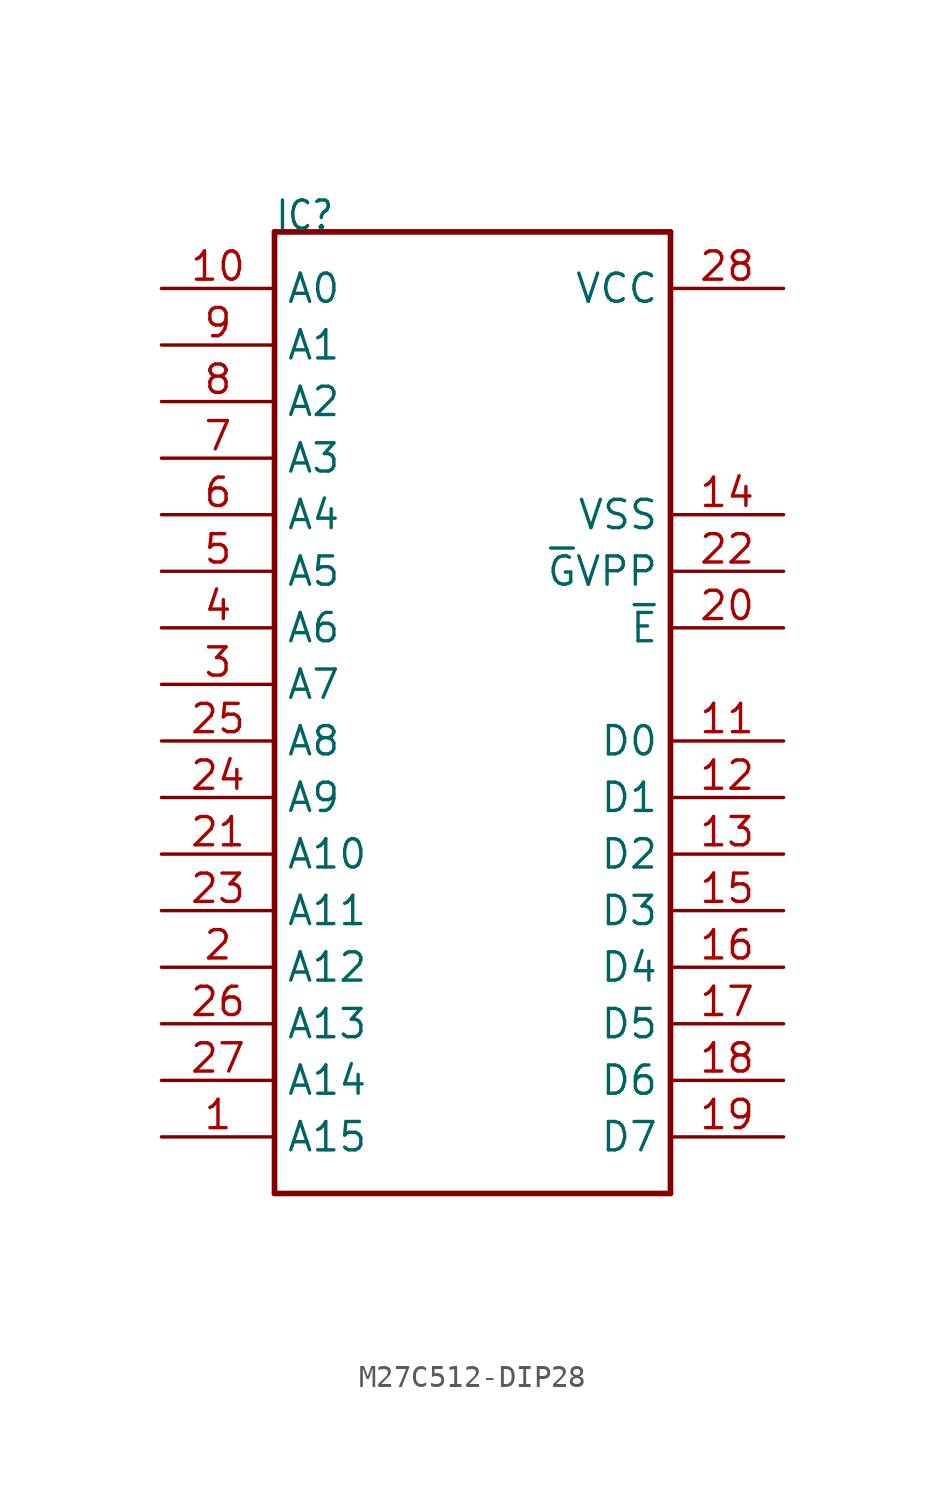
<source format=kicad_sym>
(kicad_symbol_lib
  (version 20220914)
  (generator kicad_symbol_editor)
  (symbol "M27C512-DIP28"
    (property "Reference" "IC"
      (at -10.16 22.86 0)
      (effects (font (size 1.27 1.079)) (justify left bottom)))
    (property "Value" ""
      (at -10.16 -22.86 0)
      (effects (font (size 1.27 1.079)) (justify left bottom)))
    (property "ki_locked" ""
      (at 0 0 0)
      (effects (font (size 1.27 1.27))))
    (symbol "M27C512-DIP28_1_0"
      (polyline (pts (xy -10.16 -20.32) (xy -10.16 22.86)) (stroke (width 0.254) (type solid)) (fill (type none)))
      (polyline (pts (xy -10.16 22.86) (xy 7.62 22.86)) (stroke (width 0.254) (type solid)) (fill (type none)))
      (polyline (pts (xy 7.62 -20.32) (xy -10.16 -20.32)) (stroke (width 0.254) (type solid)) (fill (type none)))
      (polyline (pts (xy 7.62 22.86) (xy 7.62 -20.32)) (stroke (width 0.254) (type solid)) (fill (type none)))
      (pin input line (at -15.24 -17.78 0) (length 5.08) (name "A15" (effects (font (size 1.27 1.27)))) (number "1" (effects (font (size 1.27 1.27)))))
      (pin input line (at -15.24 20.32 0) (length 5.08) (name "A0" (effects (font (size 1.27 1.27)))) (number "10" (effects (font (size 1.27 1.27)))))
      (pin bidirectional line (at 12.7 0 180) (length 5.08) (name "D0" (effects (font (size 1.27 1.27)))) (number "11" (effects (font (size 1.27 1.27)))))
      (pin bidirectional line (at 12.7 -2.54 180) (length 5.08) (name "D1" (effects (font (size 1.27 1.27)))) (number "12" (effects (font (size 1.27 1.27)))))
      (pin bidirectional line (at 12.7 -5.08 180) (length 5.08) (name "D2" (effects (font (size 1.27 1.27)))) (number "13" (effects (font (size 1.27 1.27)))))
      (pin power_in line (at 12.7 10.16 180) (length 5.08) (name "VSS" (effects (font (size 1.27 1.27)))) (number "14" (effects (font (size 1.27 1.27)))))
      (pin bidirectional line (at 12.7 -7.62 180) (length 5.08) (name "D3" (effects (font (size 1.27 1.27)))) (number "15" (effects (font (size 1.27 1.27)))))
      (pin bidirectional line (at 12.7 -10.16 180) (length 5.08) (name "D4" (effects (font (size 1.27 1.27)))) (number "16" (effects (font (size 1.27 1.27)))))
      (pin bidirectional line (at 12.7 -12.7 180) (length 5.08) (name "D5" (effects (font (size 1.27 1.27)))) (number "17" (effects (font (size 1.27 1.27)))))
      (pin bidirectional line (at 12.7 -15.24 180) (length 5.08) (name "D6" (effects (font (size 1.27 1.27)))) (number "18" (effects (font (size 1.27 1.27)))))
      (pin bidirectional line (at 12.7 -17.78 180) (length 5.08) (name "D7" (effects (font (size 1.27 1.27)))) (number "19" (effects (font (size 1.27 1.27)))))
      (pin input line (at -15.24 -10.16 0) (length 5.08) (name "A12" (effects (font (size 1.27 1.27)))) (number "2" (effects (font (size 1.27 1.27)))))
      (pin input line (at 12.7 5.08 180) (length 5.08) (name "~{E}" (effects (font (size 1.27 1.27)))) (number "20" (effects (font (size 1.27 1.27)))))
      (pin input line (at -15.24 -5.08 0) (length 5.08) (name "A10" (effects (font (size 1.27 1.27)))) (number "21" (effects (font (size 1.27 1.27)))))
      (pin input line (at 12.7 7.62 180) (length 5.08) (name "~{G}VPP" (effects (font (size 1.27 1.27)))) (number "22" (effects (font (size 1.27 1.27)))))
      (pin input line (at -15.24 -7.62 0) (length 5.08) (name "A11" (effects (font (size 1.27 1.27)))) (number "23" (effects (font (size 1.27 1.27)))))
      (pin input line (at -15.24 -2.54 0) (length 5.08) (name "A9" (effects (font (size 1.27 1.27)))) (number "24" (effects (font (size 1.27 1.27)))))
      (pin input line (at -15.24 0 0) (length 5.08) (name "A8" (effects (font (size 1.27 1.27)))) (number "25" (effects (font (size 1.27 1.27)))))
      (pin input line (at -15.24 -12.7 0) (length 5.08) (name "A13" (effects (font (size 1.27 1.27)))) (number "26" (effects (font (size 1.27 1.27)))))
      (pin input line (at -15.24 -15.24 0) (length 5.08) (name "A14" (effects (font (size 1.27 1.27)))) (number "27" (effects (font (size 1.27 1.27)))))
      (pin power_in line (at 12.7 20.32 180) (length 5.08) (name "VCC" (effects (font (size 1.27 1.27)))) (number "28" (effects (font (size 1.27 1.27)))))
      (pin input line (at -15.24 2.54 0) (length 5.08) (name "A7" (effects (font (size 1.27 1.27)))) (number "3" (effects (font (size 1.27 1.27)))))
      (pin input line (at -15.24 5.08 0) (length 5.08) (name "A6" (effects (font (size 1.27 1.27)))) (number "4" (effects (font (size 1.27 1.27)))))
      (pin input line (at -15.24 7.62 0) (length 5.08) (name "A5" (effects (font (size 1.27 1.27)))) (number "5" (effects (font (size 1.27 1.27)))))
      (pin input line (at -15.24 10.16 0) (length 5.08) (name "A4" (effects (font (size 1.27 1.27)))) (number "6" (effects (font (size 1.27 1.27)))))
      (pin input line (at -15.24 12.7 0) (length 5.08) (name "A3" (effects (font (size 1.27 1.27)))) (number "7" (effects (font (size 1.27 1.27)))))
      (pin input line (at -15.24 15.24 0) (length 5.08) (name "A2" (effects (font (size 1.27 1.27)))) (number "8" (effects (font (size 1.27 1.27)))))
      (pin input line (at -15.24 17.78 0) (length 5.08) (name "A1" (effects (font (size 1.27 1.27)))) (number "9" (effects (font (size 1.27 1.27))))))))
</source>
